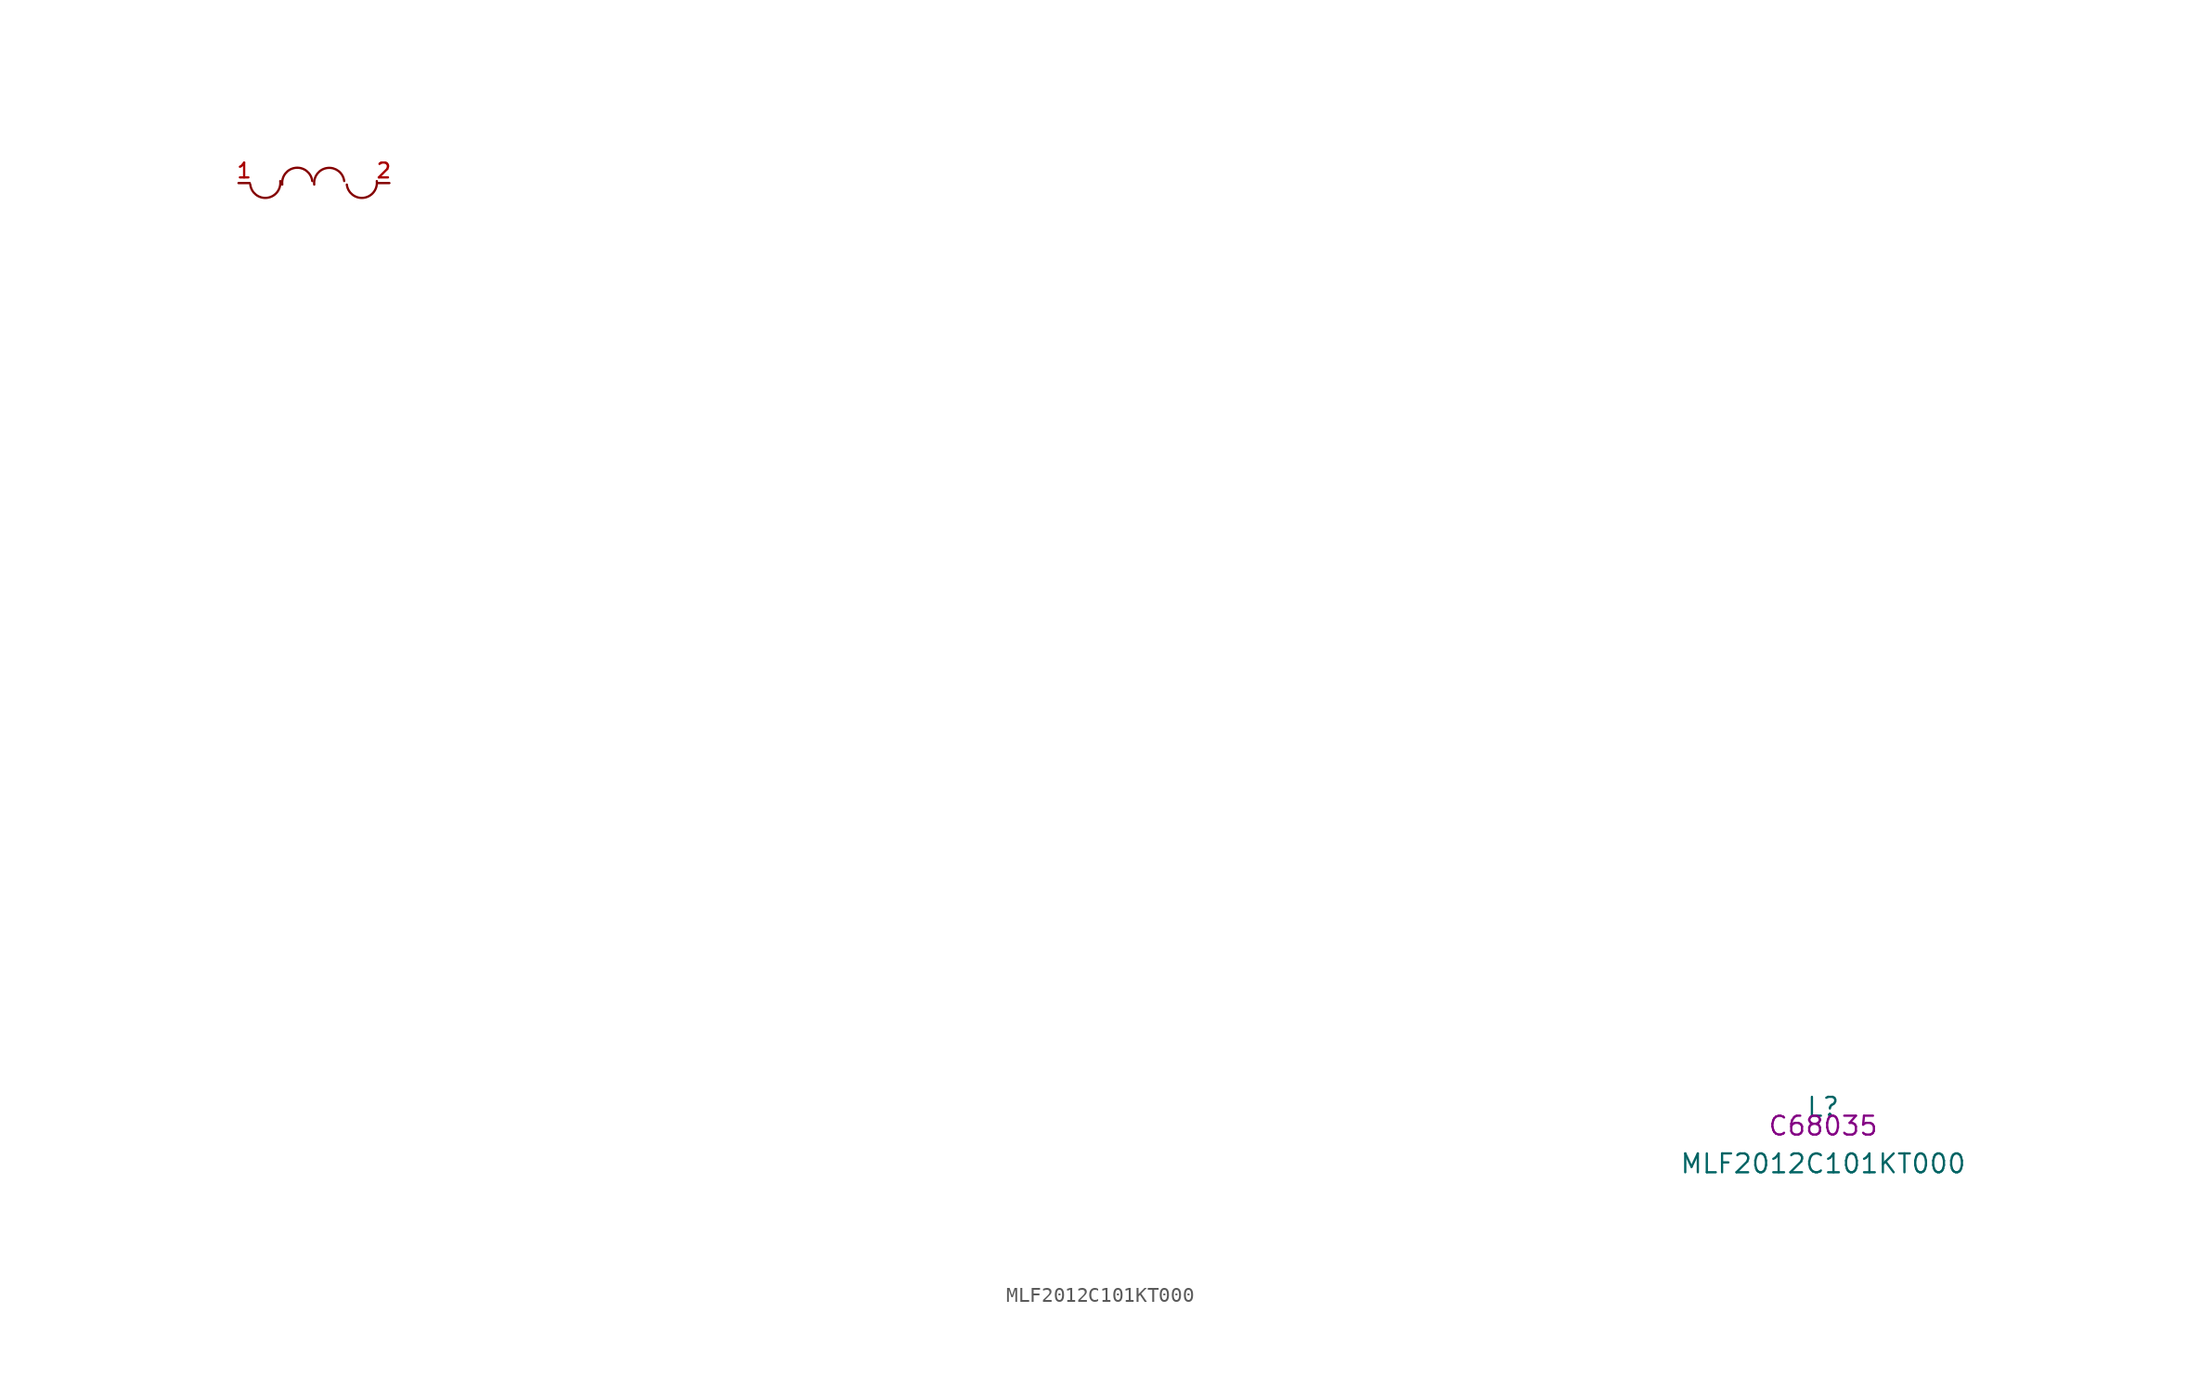
<source format=kicad_sym>
(kicad_symbol_lib
  (version 20210201)
  (generator TousstNicolas/JLC2KiCad_lib)
  (symbol "MLF2012C101KT000"
    (pin_names hide)
    (property "Reference" "L"
      (at 0 1.27 0)
      (effects (font (size 1.27 1.27))))
    (property "Value" "MLF2012C101KT000"
      (at 0 -2.54 0)
      (effects (font (size 1.27 1.27))))
    (property "LCSC" "C68035"
      (at 0 0 0)
      (effects (font (size 1.27 1.27))))
    (symbol "MLF2012C101KT000_0_0"
      (pin unspecified line (at -96.52 63.5 180) (length 0.762) (name "2" (effects (font (size 1 1)))) (number "2" (effects (font (size 1 1)))))
      (pin unspecified line (at -106.68 63.5 0) (length 0.762) (name "1" (effects (font (size 1 1)))) (number "1" (effects (font (size 1 1)))))
      (arc (start -103.8674283947091 63.6341051202531) (mid -104.7590048899598 62.50733833698334) (end -105.88577165994404 63.39891484902418) (stroke (width 0) (type default) (color 0 0 0 0)) (fill (type none)))
      (arc (start -101.71354158073295 63.63565956536135) (mid -102.60480044282363 62.50864152318683) (end -103.73181847349666 63.39990039982144) (stroke (width 0) (type default) (color 0 0 0 0)) (fill (type none)))
      (arc (start -99.56216158073295 63.63565956536135) (mid -100.45342044282364 62.50864152318683) (end -101.58043847349666 63.39990039982144) (stroke (width 0) (type default) (color 0 0 0 0)) (fill (type none)))
      (arc (start -97.3688384464757 63.63410546144346) (mid -98.26041455163478 62.50733836509843) (end -99.38718163040473 63.39891449246877) (stroke (width 0) (type default) (color 0 0 0 0)) (fill (type none))))))
</source>
